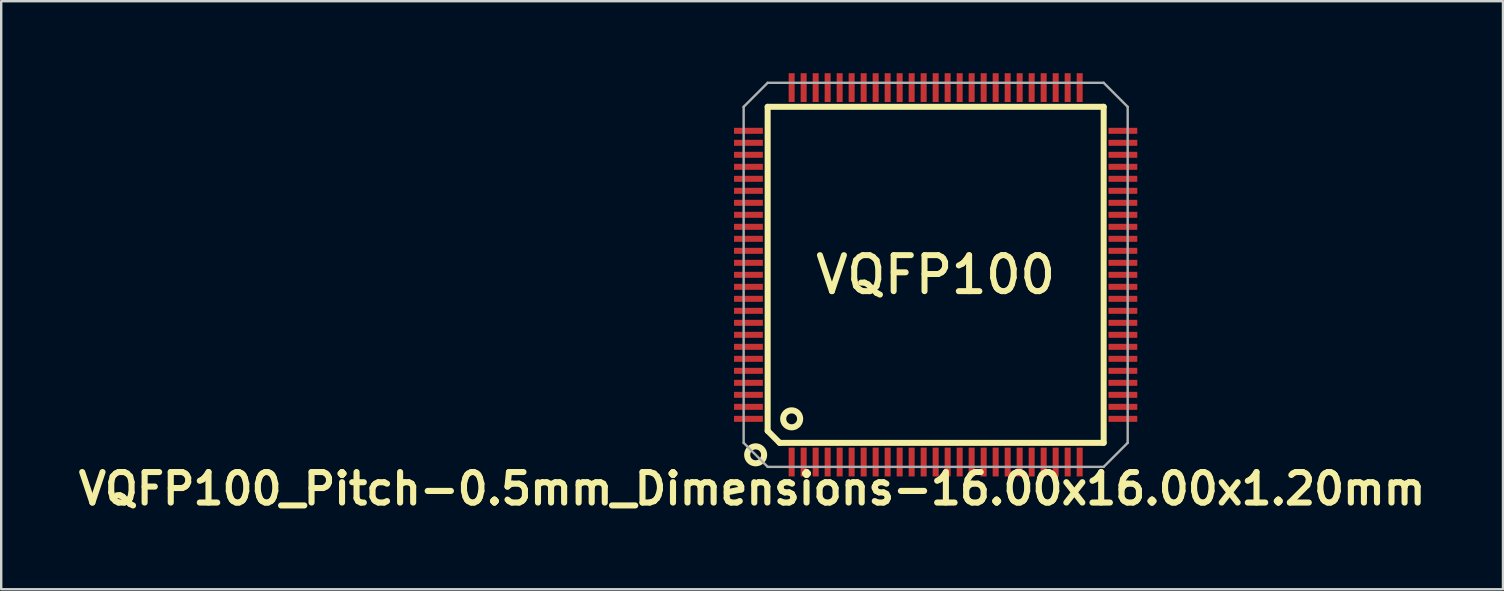
<source format=kicad_pcb>
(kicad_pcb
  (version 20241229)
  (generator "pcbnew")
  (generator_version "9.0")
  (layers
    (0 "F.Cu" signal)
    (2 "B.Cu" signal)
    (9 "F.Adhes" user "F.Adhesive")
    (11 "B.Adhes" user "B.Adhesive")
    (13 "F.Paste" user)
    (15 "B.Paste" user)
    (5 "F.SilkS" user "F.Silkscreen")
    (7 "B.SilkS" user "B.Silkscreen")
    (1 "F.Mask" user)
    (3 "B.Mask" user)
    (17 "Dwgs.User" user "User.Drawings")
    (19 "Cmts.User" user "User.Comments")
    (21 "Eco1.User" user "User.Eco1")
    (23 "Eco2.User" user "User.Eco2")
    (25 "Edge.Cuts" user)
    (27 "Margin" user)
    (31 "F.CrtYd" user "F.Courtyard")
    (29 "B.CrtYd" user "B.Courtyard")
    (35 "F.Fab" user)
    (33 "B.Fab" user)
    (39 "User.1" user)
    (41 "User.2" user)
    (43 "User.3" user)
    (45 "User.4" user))
  (footprint "VQFP100_Pitch-0.5mm_Dimensions-16.00x16.00x1.20mm"
    (layer "F.Cu")
    (at 35.933 8.4)
    (property "Reference" "VQFP100_Pitch-0.5mm_Dimensions-16.00x16.00x1.20mm" (at -7.648 8.913 0) (layer "F.SilkS") (effects (font (size 1.27 1.27) (thickness 0.254))))
    (attr smd)
    (fp_line (start -7 -7) (end 7 -7) (stroke (width 0.25) (type solid)) (layer "F.SilkS"))
    (fp_line (start -7 6.5) (end -7 -7) (stroke (width 0.25) (type solid)) (layer "F.SilkS"))
    (fp_line (start -6.5 7) (end -7 6.5) (stroke (width 0.25) (type solid)) (layer "F.SilkS"))
    (fp_line (start 7 -7) (end 7 7) (stroke (width 0.25) (type solid)) (layer "F.SilkS"))
    (fp_line (start 7 7) (end -6.5 7) (stroke (width 0.25) (type solid)) (layer "F.SilkS"))
    (fp_circle (center -7.5 7.5) (end -7.75 7.75) (stroke (width 0.254) (type solid)) (fill no) (layer "F.SilkS"))
    (fp_circle (center -6 6) (end -6.25 6.25) (stroke (width 0.254) (type solid)) (fill no) (layer "F.SilkS"))
    (fp_line (start -8 -7) (end -7 -8) (stroke (width 0.1) (type solid)) (layer "F.Fab"))
    (fp_line (start -8 7) (end -8 -7) (stroke (width 0.1) (type solid)) (layer "F.Fab"))
    (fp_line (start -7 -8) (end 7 -8) (stroke (width 0.1) (type solid)) (layer "F.Fab"))
    (fp_line (start -7 8) (end -8 7) (stroke (width 0.1) (type solid)) (layer "F.Fab"))
    (fp_line (start 7 -8) (end 8 -7) (stroke (width 0.1) (type solid)) (layer "F.Fab"))
    (fp_line (start 7 8) (end -7 8) (stroke (width 0.1) (type solid)) (layer "F.Fab"))
    (fp_line (start 8 -7) (end 8 7) (stroke (width 0.1) (type solid)) (layer "F.Fab"))
    (fp_line (start 8 7) (end 7 8) (stroke (width 0.1) (type solid)) (layer "F.Fab"))
    (fp_text user "VQFP100" (at 0 0 0) (layer "F.SilkS") (effects (font (size 1.5 1.5) (thickness 0.25))))
    (pad "1" smd rect (at -6 7.8 180) (size 0.25 1.2) (layers "F.Cu" "F.Mask" "F.Paste"))
    (pad "2" smd rect (at -5.5 7.8 180) (size 0.25 1.2) (layers "F.Cu" "F.Mask" "F.Paste"))
    (pad "3" smd rect (at -5 7.8 180) (size 0.25 1.2) (layers "F.Cu" "F.Mask" "F.Paste"))
    (pad "4" smd rect (at -4.5 7.8 180) (size 0.25 1.2) (layers "F.Cu" "F.Mask" "F.Paste"))
    (pad "5" smd rect (at -4 7.8 180) (size 0.25 1.2) (layers "F.Cu" "F.Mask" "F.Paste"))
    (pad "6" smd rect (at -3.5 7.8 180) (size 0.25 1.2) (layers "F.Cu" "F.Mask" "F.Paste"))
    (pad "7" smd rect (at -3 7.8 180) (size 0.25 1.2) (layers "F.Cu" "F.Mask" "F.Paste"))
    (pad "8" smd rect (at -2.5 7.8 180) (size 0.25 1.2) (layers "F.Cu" "F.Mask" "F.Paste"))
    (pad "9" smd rect (at -2 7.8 180) (size 0.25 1.2) (layers "F.Cu" "F.Mask" "F.Paste"))
    (pad "10" smd rect (at -1.5 7.8 180) (size 0.25 1.2) (layers "F.Cu" "F.Mask" "F.Paste"))
    (pad "11" smd rect (at -1 7.8 180) (size 0.25 1.2) (layers "F.Cu" "F.Mask" "F.Paste"))
    (pad "12" smd rect (at -0.5 7.8 180) (size 0.25 1.2) (layers "F.Cu" "F.Mask" "F.Paste"))
    (pad "13" smd rect (at 0 7.8 180) (size 0.25 1.2) (layers "F.Cu" "F.Mask" "F.Paste"))
    (pad "14" smd rect (at 0.5 7.8 180) (size 0.25 1.2) (layers "F.Cu" "F.Mask" "F.Paste"))
    (pad "15" smd rect (at 1 7.8 180) (size 0.25 1.2) (layers "F.Cu" "F.Mask" "F.Paste"))
    (pad "16" smd rect (at 1.5 7.8 180) (size 0.25 1.2) (layers "F.Cu" "F.Mask" "F.Paste"))
    (pad "17" smd rect (at 2 7.8 180) (size 0.25 1.2) (layers "F.Cu" "F.Mask" "F.Paste"))
    (pad "18" smd rect (at 2.5 7.8 180) (size 0.25 1.2) (layers "F.Cu" "F.Mask" "F.Paste"))
    (pad "19" smd rect (at 3 7.8 180) (size 0.25 1.2) (layers "F.Cu" "F.Mask" "F.Paste"))
    (pad "20" smd rect (at 3.5 7.8 180) (size 0.25 1.2) (layers "F.Cu" "F.Mask" "F.Paste"))
    (pad "21" smd rect (at 4 7.8 180) (size 0.25 1.2) (layers "F.Cu" "F.Mask" "F.Paste"))
    (pad "22" smd rect (at 4.5 7.8 180) (size 0.25 1.2) (layers "F.Cu" "F.Mask" "F.Paste"))
    (pad "23" smd rect (at 5 7.8 180) (size 0.25 1.2) (layers "F.Cu" "F.Mask" "F.Paste"))
    (pad "24" smd rect (at 5.5 7.8 180) (size 0.25 1.2) (layers "F.Cu" "F.Mask" "F.Paste"))
    (pad "25" smd rect (at 6 7.8 180) (size 0.25 1.2) (layers "F.Cu" "F.Mask" "F.Paste"))
    (pad "26" smd rect (at 7.8 6 270) (size 0.25 1.2) (layers "F.Cu" "F.Mask" "F.Paste"))
    (pad "27" smd rect (at 7.8 5.5 270) (size 0.25 1.2) (layers "F.Cu" "F.Mask" "F.Paste"))
    (pad "28" smd rect (at 7.8 5 270) (size 0.25 1.2) (layers "F.Cu" "F.Mask" "F.Paste"))
    (pad "29" smd rect (at 7.8 4.5 270) (size 0.25 1.2) (layers "F.Cu" "F.Mask" "F.Paste"))
    (pad "30" smd rect (at 7.8 4 270) (size 0.25 1.2) (layers "F.Cu" "F.Mask" "F.Paste"))
    (pad "31" smd rect (at 7.8 3.5 270) (size 0.25 1.2) (layers "F.Cu" "F.Mask" "F.Paste"))
    (pad "32" smd rect (at 7.8 3 270) (size 0.25 1.2) (layers "F.Cu" "F.Mask" "F.Paste"))
    (pad "33" smd rect (at 7.8 2.5 270) (size 0.25 1.2) (layers "F.Cu" "F.Mask" "F.Paste"))
    (pad "34" smd rect (at 7.8 2 270) (size 0.25 1.2) (layers "F.Cu" "F.Mask" "F.Paste"))
    (pad "35" smd rect (at 7.8 1.5 270) (size 0.25 1.2) (layers "F.Cu" "F.Mask" "F.Paste"))
    (pad "36" smd rect (at 7.8 1 270) (size 0.25 1.2) (layers "F.Cu" "F.Mask" "F.Paste"))
    (pad "37" smd rect (at 7.8 0.5 270) (size 0.25 1.2) (layers "F.Cu" "F.Mask" "F.Paste"))
    (pad "38" smd rect (at 7.8 0 270) (size 0.25 1.2) (layers "F.Cu" "F.Mask" "F.Paste"))
    (pad "39" smd rect (at 7.8 -0.5 270) (size 0.25 1.2) (layers "F.Cu" "F.Mask" "F.Paste"))
    (pad "40" smd rect (at 7.8 -1 270) (size 0.25 1.2) (layers "F.Cu" "F.Mask" "F.Paste"))
    (pad "41" smd rect (at 7.8 -1.5 270) (size 0.25 1.2) (layers "F.Cu" "F.Mask" "F.Paste"))
    (pad "42" smd rect (at 7.8 -2 270) (size 0.25 1.2) (layers "F.Cu" "F.Mask" "F.Paste"))
    (pad "43" smd rect (at 7.8 -2.5 270) (size 0.25 1.2) (layers "F.Cu" "F.Mask" "F.Paste"))
    (pad "44" smd rect (at 7.8 -3 270) (size 0.25 1.2) (layers "F.Cu" "F.Mask" "F.Paste"))
    (pad "45" smd rect (at 7.8 -3.5 270) (size 0.25 1.2) (layers "F.Cu" "F.Mask" "F.Paste"))
    (pad "46" smd rect (at 7.8 -4 270) (size 0.25 1.2) (layers "F.Cu" "F.Mask" "F.Paste"))
    (pad "47" smd rect (at 7.8 -4.5 270) (size 0.25 1.2) (layers "F.Cu" "F.Mask" "F.Paste"))
    (pad "48" smd rect (at 7.8 -5 270) (size 0.25 1.2) (layers "F.Cu" "F.Mask" "F.Paste"))
    (pad "49" smd rect (at 7.8 -5.5 270) (size 0.25 1.2) (layers "F.Cu" "F.Mask" "F.Paste"))
    (pad "50" smd rect (at 7.8 -6 270) (size 0.25 1.2) (layers "F.Cu" "F.Mask" "F.Paste"))
    (pad "51" smd rect (at 6 -7.8 180) (size 0.25 1.2) (layers "F.Cu" "F.Mask" "F.Paste"))
    (pad "52" smd rect (at 5.5 -7.8 180) (size 0.25 1.2) (layers "F.Cu" "F.Mask" "F.Paste"))
    (pad "53" smd rect (at 5 -7.8 180) (size 0.25 1.2) (layers "F.Cu" "F.Mask" "F.Paste"))
    (pad "54" smd rect (at 4.5 -7.8 180) (size 0.25 1.2) (layers "F.Cu" "F.Mask" "F.Paste"))
    (pad "55" smd rect (at 4 -7.8 180) (size 0.25 1.2) (layers "F.Cu" "F.Mask" "F.Paste"))
    (pad "56" smd rect (at 3.5 -7.8 180) (size 0.25 1.2) (layers "F.Cu" "F.Mask" "F.Paste"))
    (pad "57" smd rect (at 3 -7.8 180) (size 0.25 1.2) (layers "F.Cu" "F.Mask" "F.Paste"))
    (pad "58" smd rect (at 2.5 -7.8 180) (size 0.25 1.2) (layers "F.Cu" "F.Mask" "F.Paste"))
    (pad "59" smd rect (at 2 -7.8 180) (size 0.25 1.2) (layers "F.Cu" "F.Mask" "F.Paste"))
    (pad "60" smd rect (at 1.5 -7.8 180) (size 0.25 1.2) (layers "F.Cu" "F.Mask" "F.Paste"))
    (pad "61" smd rect (at 1 -7.8 180) (size 0.25 1.2) (layers "F.Cu" "F.Mask" "F.Paste"))
    (pad "62" smd rect (at 0.5 -7.8 180) (size 0.25 1.2) (layers "F.Cu" "F.Mask" "F.Paste"))
    (pad "63" smd rect (at 0 -7.8 180) (size 0.25 1.2) (layers "F.Cu" "F.Mask" "F.Paste"))
    (pad "64" smd rect (at -0.5 -7.8 180) (size 0.25 1.2) (layers "F.Cu" "F.Mask" "F.Paste"))
    (pad "65" smd rect (at -1 -7.8 180) (size 0.25 1.2) (layers "F.Cu" "F.Mask" "F.Paste"))
    (pad "66" smd rect (at -1.5 -7.8 180) (size 0.25 1.2) (layers "F.Cu" "F.Mask" "F.Paste"))
    (pad "67" smd rect (at -2 -7.8 180) (size 0.25 1.2) (layers "F.Cu" "F.Mask" "F.Paste"))
    (pad "68" smd rect (at -2.5 -7.8 180) (size 0.25 1.2) (layers "F.Cu" "F.Mask" "F.Paste"))
    (pad "69" smd rect (at -3 -7.8 180) (size 0.25 1.2) (layers "F.Cu" "F.Mask" "F.Paste"))
    (pad "70" smd rect (at -3.5 -7.8 180) (size 0.25 1.2) (layers "F.Cu" "F.Mask" "F.Paste"))
    (pad "71" smd rect (at -4 -7.8 180) (size 0.25 1.2) (layers "F.Cu" "F.Mask" "F.Paste"))
    (pad "72" smd rect (at -4.5 -7.8 180) (size 0.25 1.2) (layers "F.Cu" "F.Mask" "F.Paste"))
    (pad "73" smd rect (at -5 -7.8 180) (size 0.25 1.2) (layers "F.Cu" "F.Mask" "F.Paste"))
    (pad "74" smd rect (at -5.5 -7.8 180) (size 0.25 1.2) (layers "F.Cu" "F.Mask" "F.Paste"))
    (pad "75" smd rect (at -6 -7.8 180) (size 0.25 1.2) (layers "F.Cu" "F.Mask" "F.Paste"))
    (pad "76" smd rect (at -7.8 -6 270) (size 0.25 1.2) (layers "F.Cu" "F.Mask" "F.Paste"))
    (pad "77" smd rect (at -7.8 -5.5 270) (size 0.25 1.2) (layers "F.Cu" "F.Mask" "F.Paste"))
    (pad "78" smd rect (at -7.8 -5 270) (size 0.25 1.2) (layers "F.Cu" "F.Mask" "F.Paste"))
    (pad "79" smd rect (at -7.8 -4.5 270) (size 0.25 1.2) (layers "F.Cu" "F.Mask" "F.Paste"))
    (pad "80" smd rect (at -7.8 -4 270) (size 0.25 1.2) (layers "F.Cu" "F.Mask" "F.Paste"))
    (pad "81" smd rect (at -7.8 -3.5 270) (size 0.25 1.2) (layers "F.Cu" "F.Mask" "F.Paste"))
    (pad "82" smd rect (at -7.8 -3 270) (size 0.25 1.2) (layers "F.Cu" "F.Mask" "F.Paste"))
    (pad "83" smd rect (at -7.8 -2.5 270) (size 0.25 1.2) (layers "F.Cu" "F.Mask" "F.Paste"))
    (pad "84" smd rect (at -7.8 -2 270) (size 0.25 1.2) (layers "F.Cu" "F.Mask" "F.Paste"))
    (pad "85" smd rect (at -7.8 -1.5 270) (size 0.25 1.2) (layers "F.Cu" "F.Mask" "F.Paste"))
    (pad "86" smd rect (at -7.8 -1 270) (size 0.25 1.2) (layers "F.Cu" "F.Mask" "F.Paste"))
    (pad "87" smd rect (at -7.8 -0.5 270) (size 0.25 1.2) (layers "F.Cu" "F.Mask" "F.Paste"))
    (pad "88" smd rect (at -7.8 0 270) (size 0.25 1.2) (layers "F.Cu" "F.Mask" "F.Paste"))
    (pad "89" smd rect (at -7.8 0.5 270) (size 0.25 1.2) (layers "F.Cu" "F.Mask" "F.Paste"))
    (pad "90" smd rect (at -7.8 1 270) (size 0.25 1.2) (layers "F.Cu" "F.Mask" "F.Paste"))
    (pad "91" smd rect (at -7.8 1.5 270) (size 0.25 1.2) (layers "F.Cu" "F.Mask" "F.Paste"))
    (pad "92" smd rect (at -7.8 2 270) (size 0.25 1.2) (layers "F.Cu" "F.Mask" "F.Paste"))
    (pad "93" smd rect (at -7.8 2.5 270) (size 0.25 1.2) (layers "F.Cu" "F.Mask" "F.Paste"))
    (pad "94" smd rect (at -7.8 3 270) (size 0.25 1.2) (layers "F.Cu" "F.Mask" "F.Paste"))
    (pad "95" smd rect (at -7.8 3.5 270) (size 0.25 1.2) (layers "F.Cu" "F.Mask" "F.Paste"))
    (pad "96" smd rect (at -7.8 4 270) (size 0.25 1.2) (layers "F.Cu" "F.Mask" "F.Paste"))
    (pad "97" smd rect (at -7.8 4.5 270) (size 0.25 1.2) (layers "F.Cu" "F.Mask" "F.Paste"))
    (pad "98" smd rect (at -7.8 5 270) (size 0.25 1.2) (layers "F.Cu" "F.Mask" "F.Paste"))
    (pad "99" smd rect (at -7.8 5.5 270) (size 0.25 1.2) (layers "F.Cu" "F.Mask" "F.Paste"))
    (pad "100" smd rect (at -7.8 6 270) (size 0.25 1.2) (layers "F.Cu" "F.Mask" "F.Paste")))
  (gr_rect
    (start -3 -3)
    (end 59.569 21.502)
    (stroke (width 0.1) (type default))
    (fill no)
    (layer "Edge.Cuts")))
</source>
